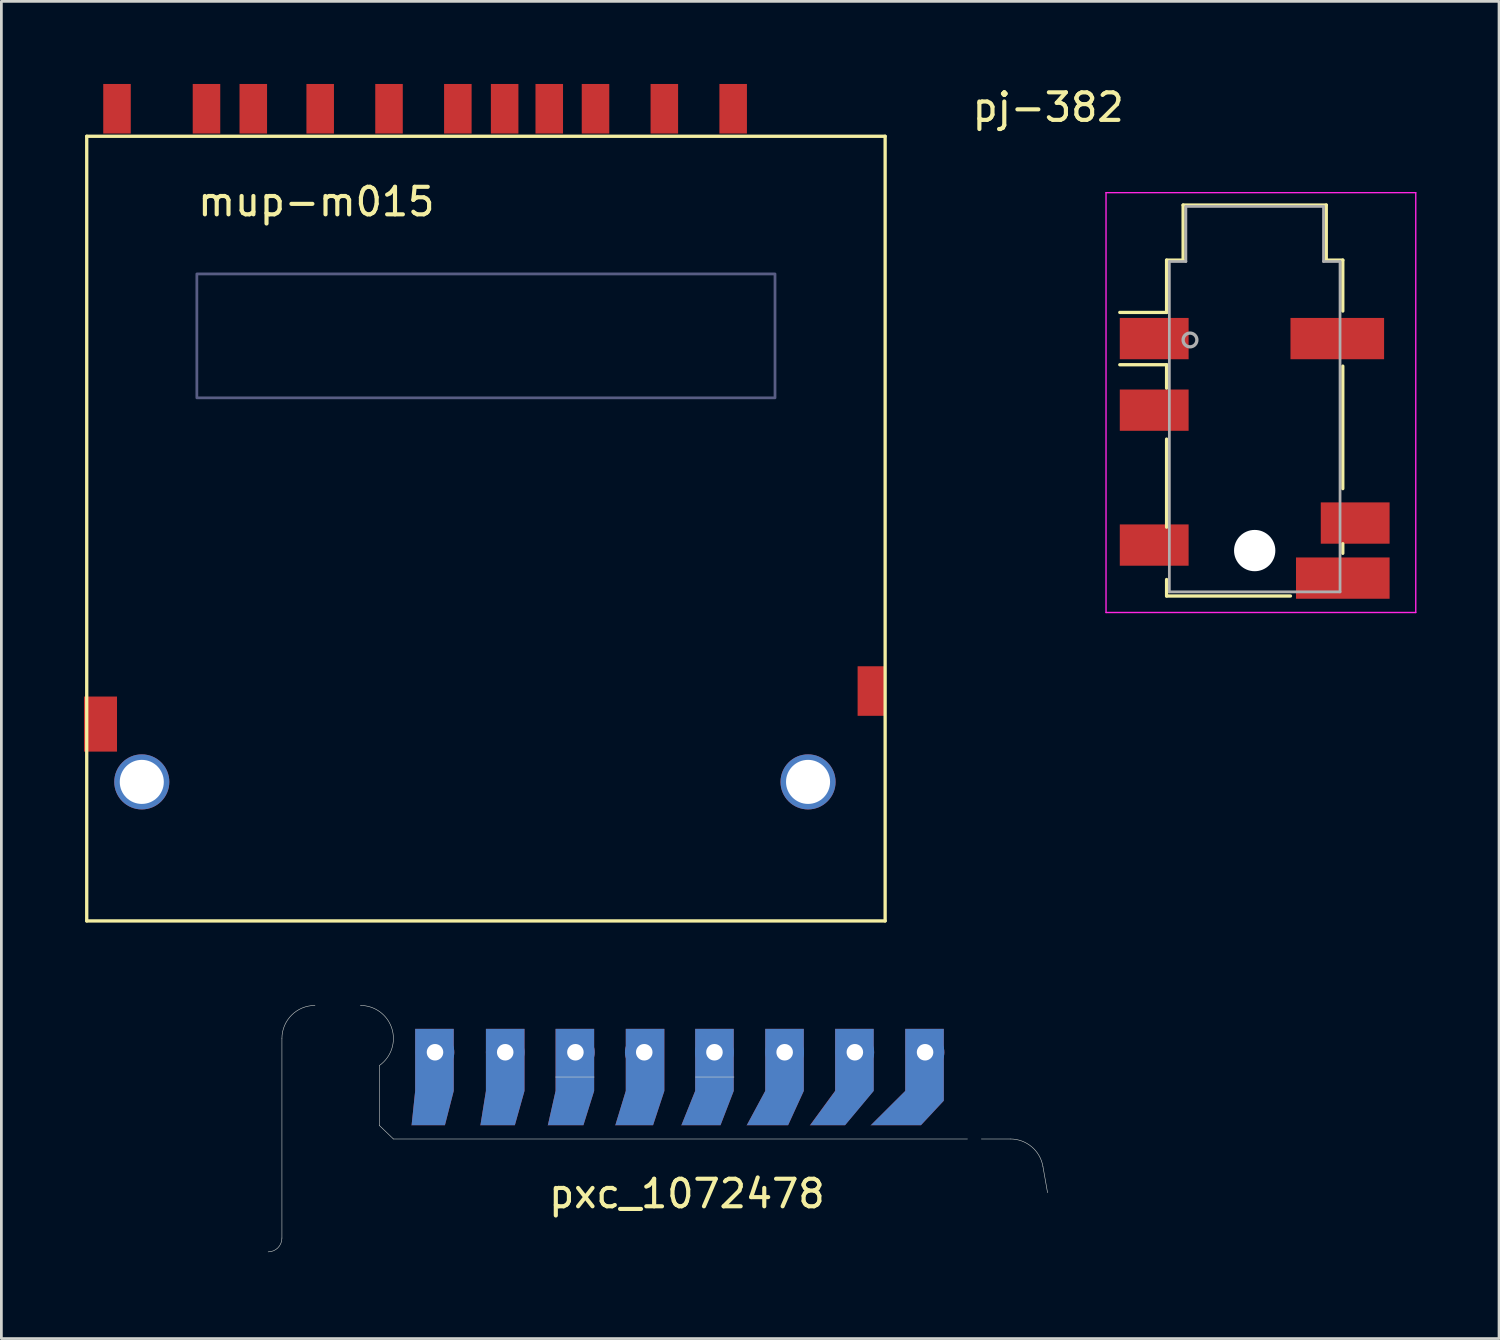
<source format=kicad_pcb>
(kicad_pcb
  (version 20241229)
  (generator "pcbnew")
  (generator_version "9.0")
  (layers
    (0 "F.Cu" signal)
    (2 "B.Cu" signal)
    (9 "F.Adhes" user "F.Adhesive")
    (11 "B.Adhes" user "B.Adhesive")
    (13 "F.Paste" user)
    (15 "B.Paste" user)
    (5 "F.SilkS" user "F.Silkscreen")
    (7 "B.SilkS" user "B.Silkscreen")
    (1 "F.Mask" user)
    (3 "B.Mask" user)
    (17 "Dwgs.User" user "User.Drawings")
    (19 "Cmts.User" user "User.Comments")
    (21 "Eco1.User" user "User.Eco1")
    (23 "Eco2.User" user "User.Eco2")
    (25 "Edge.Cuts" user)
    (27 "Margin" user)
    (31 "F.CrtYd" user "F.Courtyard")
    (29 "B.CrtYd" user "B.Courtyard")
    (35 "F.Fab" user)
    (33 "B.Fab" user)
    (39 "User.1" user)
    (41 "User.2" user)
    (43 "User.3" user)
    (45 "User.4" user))
  (footprint "mup-m015"
    (layer "F.Cu")
    (at 14.6 0.9)
    (property "Reference" "mup-m015" (at -6.16 3.38 0) (layer "F.SilkS") (effects (font (size 1 1) (thickness 0.15))))
    (attr through_hole)
    (fp_line (start -14.5 1) (end -14.5 29.5) (stroke (width 0.12) (type solid)) (layer "F.SilkS"))
    (fp_line (start -14.5 29.5) (end 14.5 29.5) (stroke (width 0.12) (type solid)) (layer "F.SilkS"))
    (fp_line (start 14.5 1) (end -14.5 1) (stroke (width 0.12) (type solid)) (layer "F.SilkS"))
    (fp_line (start 14.5 29.5) (end 14.5 1) (stroke (width 0.12) (type solid)) (layer "F.SilkS"))
    (fp_poly (pts (xy 10.5 10.5) (xy -10.5 10.5) (xy -10.5 6) (xy 10.5 6)) (stroke (width 0.1) (type solid)) (fill no) (layer "B.Fab"))
    (pad "1" smd rect (at 6.48 0) (size 1 1.8) (layers "F.Cu" "F.Mask" "F.Paste"))
    (pad "2" smd rect (at 3.98 0) (size 1 1.8) (layers "F.Cu" "F.Mask" "F.Paste"))
    (pad "3" smd rect (at 0.68 0) (size 1 1.8) (layers "F.Cu" "F.Mask" "F.Paste"))
    (pad "4" smd rect (at -1.02 0) (size 1 1.8) (layers "F.Cu" "F.Mask" "F.Paste"))
    (pad "5" smd rect (at -3.52 0) (size 1 1.8) (layers "F.Cu" "F.Mask" "F.Paste"))
    (pad "6" smd rect (at -6.02 0) (size 1 1.8) (layers "F.Cu" "F.Mask" "F.Paste"))
    (pad "7" smd rect (at -8.45 0) (size 1 1.8) (layers "F.Cu" "F.Mask" "F.Paste"))
    (pad "8" smd rect (at -10.15 0) (size 1 1.8) (layers "F.Cu" "F.Mask" "F.Paste"))
    (pad "9" smd rect (at 8.98 0) (size 1 1.8) (layers "F.Cu" "F.Mask" "F.Paste"))
    (pad "10" smd rect (at 2.3 0) (size 1 1.8) (layers "F.Cu" "F.Mask" "F.Paste"))
    (pad "11" smd rect (at -13.4 0) (size 1 1.8) (layers "F.Cu" "F.Mask" "F.Paste"))
    (pad "12" smd rect (at -14 22.35) (size 1.2 2) (layers "F.Cu" "F.Mask" "F.Paste"))
    (pad "12" thru_hole circle (at -12.5 24.45) (size 2 2) (drill 1.6) (layers "*.Cu" "*.Mask"))
    (pad "12" thru_hole circle (at 11.7 24.45) (size 2 2) (drill 1.6) (layers "*.Cu" "*.Mask"))
    (pad "13" smd rect (at 14 21.15) (size 1 1.8) (layers "F.Cu" "F.Mask" "F.Paste")))
  (footprint "pj-382"
    (layer "F.Cu")
    (at 42.523 6.348)
    (property "Reference" "pj-382" (at -7.5 -5.5 0) (layer "F.SilkS") (effects (font (size 1 1) (thickness 0.15))))
    (attr through_hole)
    (fp_line (start -4.9 3.85) (end -3.2 3.85) (stroke (width 0.12) (type solid)) (layer "F.SilkS"))
    (fp_line (start -3.2 0.05) (end -2.6 0.05) (stroke (width 0.12) (type solid)) (layer "F.SilkS"))
    (fp_line (start -3.2 1.95) (end -4.9 1.95) (stroke (width 0.12) (type solid)) (layer "F.SilkS"))
    (fp_line (start -3.2 1.95) (end -3.2 0.05) (stroke (width 0.12) (type solid)) (layer "F.SilkS"))
    (fp_line (start -3.2 4.7) (end -3.2 3.85) (stroke (width 0.12) (type solid)) (layer "F.SilkS"))
    (fp_line (start -3.2 9.75) (end -3.2 6.55) (stroke (width 0.12) (type solid)) (layer "F.SilkS"))
    (fp_line (start -3.2 12.25) (end -3.2 11.65) (stroke (width 0.12) (type solid)) (layer "F.SilkS"))
    (fp_line (start -2.6 -1.95) (end 2.6 -1.95) (stroke (width 0.12) (type solid)) (layer "F.SilkS"))
    (fp_line (start -2.6 0.05) (end -2.6 -1.95) (stroke (width 0.12) (type solid)) (layer "F.SilkS"))
    (fp_line (start 1.3 12.25) (end -3.2 12.25) (stroke (width 0.12) (type solid)) (layer "F.SilkS"))
    (fp_line (start 2.6 -1.95) (end 2.6 0.05) (stroke (width 0.12) (type solid)) (layer "F.SilkS"))
    (fp_line (start 2.6 0.05) (end 3.2 0.05) (stroke (width 0.12) (type solid)) (layer "F.SilkS"))
    (fp_line (start 3.2 0.05) (end 3.2 1.9) (stroke (width 0.12) (type solid)) (layer "F.SilkS"))
    (fp_line (start 3.2 3.9) (end 3.2 8.35) (stroke (width 0.12) (type solid)) (layer "F.SilkS"))
    (fp_line (start 3.2 10.35) (end 3.2 10.7) (stroke (width 0.12) (type solid)) (layer "F.SilkS"))
    (fp_line (start -5.4 -2.4) (end -5.4 12.85) (stroke (width 0.05) (type solid)) (layer "F.CrtYd"))
    (fp_line (start -5.4 -2.4) (end 5.85 -2.4) (stroke (width 0.05) (type solid)) (layer "F.CrtYd"))
    (fp_line (start 5.85 12.85) (end -5.4 12.85) (stroke (width 0.05) (type solid)) (layer "F.CrtYd"))
    (fp_line (start 5.85 12.85) (end 5.85 -2.4) (stroke (width 0.05) (type solid)) (layer "F.CrtYd"))
    (fp_line (start -3.1 0.1) (end -3.1 12.1) (stroke (width 0.1) (type solid)) (layer "F.Fab"))
    (fp_line (start -2.5 -1.9) (end -2.5 0.1) (stroke (width 0.1) (type solid)) (layer "F.Fab"))
    (fp_line (start -2.5 0.1) (end -3.1 0.1) (stroke (width 0.1) (type solid)) (layer "F.Fab"))
    (fp_line (start 2.5 -1.9) (end -2.5 -1.9) (stroke (width 0.1) (type solid)) (layer "F.Fab"))
    (fp_line (start 2.5 0.1) (end 2.5 -1.9) (stroke (width 0.1) (type solid)) (layer "F.Fab"))
    (fp_line (start 2.5 0.1) (end 3.1 0.1) (stroke (width 0.1) (type solid)) (layer "F.Fab"))
    (fp_line (start 3.1 0.1) (end 3.1 12.1) (stroke (width 0.1) (type solid)) (layer "F.Fab"))
    (fp_line (start 3.1 12.1) (end -3.1 12.1) (stroke (width 0.1) (type solid)) (layer "F.Fab"))
    (fp_circle (center -2.35 2.95) (end -2.1 2.95) (stroke (width 0.12) (type solid)) (fill no) (layer "F.Fab"))
    (pad "" np_thru_hole circle (at 0 10.6) (size 1.5 1.5) (drill 1.5) (layers "*.Cu" "*.Mask"))
    (pad "R1" smd rect (at -3.65 5.5) (size 2.5 1.5) (layers "F.Cu" "F.Mask" "F.Paste"))
    (pad "R1N" smd rect (at -3.65 10.4) (size 2.5 1.5) (layers "F.Cu" "F.Mask" "F.Paste"))
    (pad "R2" smd rect (at 3 2.9) (size 3.4 1.5) (layers "F.Cu" "F.Mask" "F.Paste"))
    (pad "S" smd rect (at -3.65 2.9) (size 2.5 1.5) (layers "F.Cu" "F.Mask" "F.Paste"))
    (pad "T" smd rect (at 3.65 9.6) (size 2.5 1.5) (layers "F.Cu" "F.Mask" "F.Paste"))
    (pad "TN" smd rect (at 3.2 11.6) (size 3.4 1.5) (layers "F.Cu" "F.Mask" "F.Paste")))
  (footprint "pxc_1072478"
    (layer "F.Cu")
    (at 0.25 42.32)
    (property "Reference" "pxc_1072478" (at 21.65 -2.01 0) (layer "F.SilkS") (effects (font (size 1 1) (thickness 0.15))))
    (attr through_hole)
    (fp_line (start 6.94 -7.65) (end 6.94 -0.4) (stroke (width 0.02) (type solid)) (layer "Edge.Cuts"))
    (fp_line (start 10.49 -6.675) (end 10.49 -4.5) (stroke (width 0.02) (type solid)) (layer "Edge.Cuts"))
    (fp_line (start 10.99 -4) (end 10.49 -4.48) (stroke (width 0.02) (type solid)) (layer "Edge.Cuts"))
    (fp_line (start 10.99 -4) (end 31.84 -4) (stroke (width 0.02) (type solid)) (layer "Edge.Cuts"))
    (fp_line (start 16.88 -6.25) (end 18.28 -6.25) (stroke (width 0.02) (type solid)) (layer "Edge.Cuts"))
    (fp_line (start 21.96 -6.25) (end 23.36 -6.25) (stroke (width 0.02) (type solid)) (layer "Edge.Cuts"))
    (fp_line (start 32.345 -4) (end 33.398 -4) (stroke (width 0.02) (type solid)) (layer "Edge.Cuts"))
    (fp_line (start 34.58 -3.008) (end 34.749 -2.05) (stroke (width 0.02) (type solid)) (layer "Edge.Cuts"))
    (fp_arc (start 6.940001 -7.650001) (mid 7.291473 -8.498529) (end 8.140001 -8.850001) (stroke (width 0.02) (type solid)) (layer "Edge.Cuts"))
    (fp_arc (start 6.940001 -0.400001) (mid 6.793554 -0.046448) (end 6.440001 0.099999) (stroke (width 0.02) (type solid)) (layer "Edge.Cuts"))
    (fp_arc (start 9.790001 -8.850001) (mid 10.932283 -8.017686) (end 10.490001 -6.675321) (stroke (width 0.02) (type solid)) (layer "Edge.Cuts"))
    (fp_arc (start 10.490401 -4.48) (mid 10.490101 -4.489998) (end 10.490001 -4.5) (stroke (width 0.02) (type solid)) (layer "Edge.Cuts"))
    (fp_arc (start 33.398246 -4) (mid 34.169591 -3.719253) (end 34.580015 -3.008378) (stroke (width 0.02) (type solid)) (layer "Edge.Cuts"))
    (pad "1" connect custom (at 11.65 -4.5) (size 0.01 0.01) (layers "F.Cu" "F.Mask") (options (anchor rect)) (primitives (gr_poly (pts (xy 0 0) (xy 0.13 -1.245) (xy 0.13 -3.5) (xy 1.53 -3.5) (xy 1.53 -1.245) (xy 1.21 0)) (width 0) (fill yes))))
    (pad "1" connect custom (at 11.65 -4.5) (size 0.01 0.01) (layers "B.Cu" "B.Mask") (options (anchor rect)) (primitives (gr_poly (pts (xy 0 0) (xy 0.13 -1.245) (xy 0.13 -3.5) (xy 1.53 -3.5) (xy 1.53 -1.245) (xy 1.21 0)) (width 0) (fill yes))))
    (pad "1" thru_hole circle (at 12.5 -7.15) (size 1.4 1.4) (drill 0.6) (layers "*.Cu" "*.Mask"))
    (pad "2" connect custom (at 14.15 -4.5) (size 0.01 0.01) (layers "F.Cu" "F.Mask") (options (anchor rect)) (primitives (gr_poly (pts (xy 0 0) (xy 0.2 -1.245) (xy 0.2 -3.5) (xy 1.6 -3.5) (xy 1.6 -1.245) (xy 1.25 0)) (width 0) (fill yes))))
    (pad "2" connect custom (at 14.15 -4.5) (size 0.01 0.01) (layers "B.Cu" "B.Mask") (options (anchor rect)) (primitives (gr_poly (pts (xy 0 0) (xy 0.2 -1.245) (xy 0.2 -3.5) (xy 1.6 -3.5) (xy 1.6 -1.245) (xy 1.25 0)) (width 0) (fill yes))))
    (pad "2" thru_hole circle (at 15.05 -7.15) (size 1.4 1.4) (drill 0.6) (layers "*.Cu" "*.Mask"))
    (pad "3" connect custom (at 16.6 -4.5) (size 0.01 0.01) (layers "F.Cu" "F.Mask") (options (anchor rect)) (primitives (gr_poly (pts (xy 0 0) (xy 0.28 -1.245) (xy 0.28 -3.5) (xy 1.68 -3.5) (xy 1.68 -1.245) (xy 1.29 0)) (width 0) (fill yes))))
    (pad "3" connect custom (at 16.6 -4.5) (size 0.01 0.01) (layers "B.Cu" "B.Mask") (options (anchor rect)) (primitives (gr_poly (pts (xy 0 0) (xy 0.28 -1.245) (xy 0.28 -3.5) (xy 1.68 -3.5) (xy 1.68 -1.245) (xy 1.29 0)) (width 0) (fill yes))))
    (pad "3" thru_hole circle (at 17.6 -7.15) (size 1.4 1.4) (drill 0.6) (layers "*.Cu" "*.Mask"))
    (pad "4" connect custom (at 19.05 -4.5) (size 0.01 0.01) (layers "F.Cu" "F.Mask") (options (anchor rect)) (primitives (gr_poly (pts (xy 0 0) (xy 0.38 -1.245) (xy 0.38 -3.5) (xy 1.78 -3.5) (xy 1.78 -1.245) (xy 1.37 0)) (width 0) (fill yes))))
    (pad "4" connect custom (at 19.05 -4.5) (size 0.01 0.01) (layers "B.Cu" "B.Mask") (options (anchor rect)) (primitives (gr_poly (pts (xy 0 0) (xy 0.38 -1.245) (xy 0.38 -3.5) (xy 1.78 -3.5) (xy 1.78 -1.245) (xy 1.37 0)) (width 0) (fill yes))))
    (pad "4" thru_hole circle (at 20.1 -7.15) (size 1.4 1.4) (drill 0.6) (layers "*.Cu" "*.Mask"))
    (pad "5" connect custom (at 21.45 -4.5) (size 0.01 0.01) (layers "F.Cu" "F.Mask") (options (anchor rect)) (primitives (gr_poly (pts (xy 0 0) (xy 0.5 -1.245) (xy 0.5 -3.5) (xy 1.9 -3.5) (xy 1.9 -1.245) (xy 1.42 0)) (width 0) (fill yes))))
    (pad "5" connect custom (at 21.45 -4.5) (size 0.01 0.01) (layers "B.Cu" "B.Mask") (options (anchor rect)) (primitives (gr_poly (pts (xy 0 0) (xy 0.5 -1.245) (xy 0.5 -3.5) (xy 1.9 -3.5) (xy 1.9 -1.245) (xy 1.42 0)) (width 0) (fill yes))))
    (pad "5" thru_hole circle (at 22.65 -7.15) (size 1.4 1.4) (drill 0.6) (layers "*.Cu" "*.Mask"))
    (pad "6" connect custom (at 23.825 -4.5) (size 0.01 0.01) (layers "F.Cu" "F.Mask") (options (anchor rect)) (primitives (gr_poly (pts (xy 0 0) (xy 0.67 -1.245) (xy 0.67 -3.5) (xy 2.07 -3.5) (xy 2.07 -1.245) (xy 1.5 0)) (width 0) (fill yes))))
    (pad "6" connect custom (at 23.825 -4.5) (size 0.01 0.01) (layers "B.Cu" "B.Mask") (options (anchor rect)) (primitives (gr_poly (pts (xy 0 0) (xy 0.67 -1.245) (xy 0.67 -3.5) (xy 2.07 -3.5) (xy 2.07 -1.245) (xy 1.5 0)) (width 0) (fill yes))))
    (pad "6" thru_hole circle (at 25.2 -7.15) (size 1.4 1.4) (drill 0.6) (layers "*.Cu" "*.Mask"))
    (pad "7" connect custom (at 26.12 -4.5) (size 0.01 0.01) (layers "F.Cu" "F.Mask") (options (anchor rect)) (primitives (gr_poly (pts (xy 0 0) (xy 0.91 -1.245) (xy 0.91 -3.5) (xy 2.31 -3.5) (xy 2.31 -1.245) (xy 1.27 0)) (width 0) (fill yes))))
    (pad "7" connect custom (at 26.125 -4.5) (size 0.01 0.01) (layers "B.Cu" "B.Mask") (options (anchor rect)) (primitives (gr_poly (pts (xy 0 0) (xy 0.91 -1.245) (xy 0.91 -3.5) (xy 2.31 -3.5) (xy 2.31 -1.245) (xy 1.27 0)) (width 0) (fill yes))))
    (pad "7" thru_hole circle (at 27.75 -7.15) (size 1.4 1.4) (drill 0.6) (layers "*.Cu" "*.Mask"))
    (pad "8" connect custom (at 28.33 -4.5) (size 0.01 0.01) (layers "F.Cu" "F.Mask") (options (anchor rect)) (primitives (gr_poly (pts (xy 0 0) (xy 1.25 -1.245) (xy 1.25 -3.5) (xy 2.65 -3.5) (xy 2.65 -0.89) (xy 1.82 0)) (width 0) (fill yes))))
    (pad "8" connect custom (at 28.33 -4.5) (size 0.01 0.01) (layers "B.Cu" "B.Mask") (options (anchor rect)) (primitives (gr_poly (pts (xy 0 0) (xy 1.25 -1.245) (xy 1.25 -3.5) (xy 2.65 -3.5) (xy 2.65 -0.89) (xy 1.82 0)) (width 0) (fill yes))))
    (pad "8" thru_hole circle (at 30.3 -7.15) (size 1.4 1.4) (drill 0.6) (layers "*.Cu" "*.Mask")))
  (gr_rect
    (start -3 -3)
    (end 51.398 45.57)
    (stroke (width 0.1) (type default))
    (fill no)
    (layer "Edge.Cuts")))
</source>
